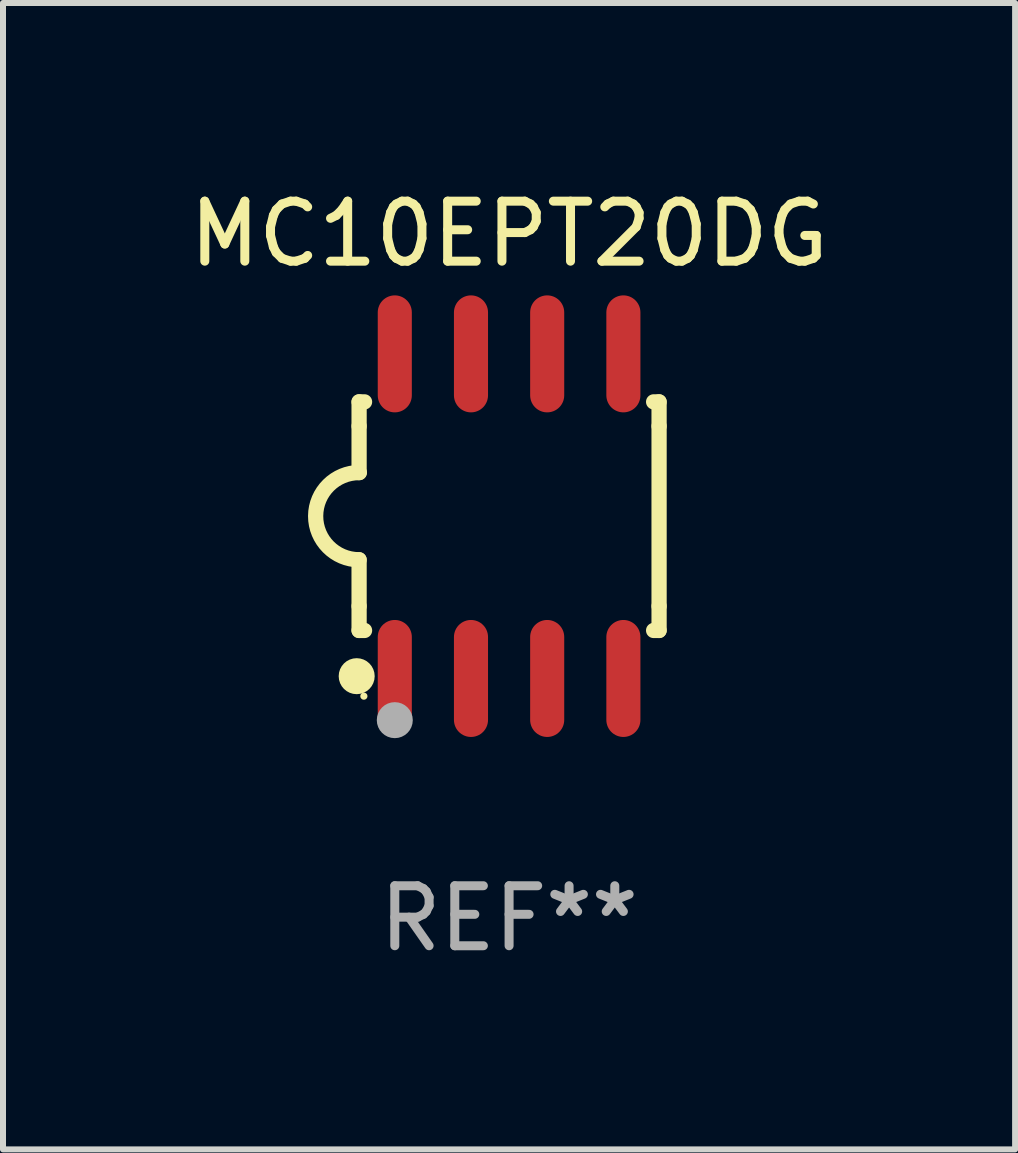
<source format=kicad_pcb>
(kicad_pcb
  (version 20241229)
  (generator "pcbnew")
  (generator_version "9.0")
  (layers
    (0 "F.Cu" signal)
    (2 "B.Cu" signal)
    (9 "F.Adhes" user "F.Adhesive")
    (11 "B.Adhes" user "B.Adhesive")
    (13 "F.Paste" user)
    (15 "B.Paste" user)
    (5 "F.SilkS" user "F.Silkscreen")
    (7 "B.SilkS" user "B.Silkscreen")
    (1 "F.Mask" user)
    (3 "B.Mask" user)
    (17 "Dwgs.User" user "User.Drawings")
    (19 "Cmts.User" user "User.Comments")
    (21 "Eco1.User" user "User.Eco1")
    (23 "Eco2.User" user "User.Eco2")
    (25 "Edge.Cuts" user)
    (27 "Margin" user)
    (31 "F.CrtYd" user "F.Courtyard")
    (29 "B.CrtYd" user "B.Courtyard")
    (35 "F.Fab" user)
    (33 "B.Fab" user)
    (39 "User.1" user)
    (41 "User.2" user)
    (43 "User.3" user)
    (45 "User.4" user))
  (footprint "MC10EPT20DG"
    (layer "F.Cu")
    (at 5.435 5.553)
    (property "Reference" "MC10EPT20DG" (at 0 -4.705 0) (layer "F.SilkS") (effects (font (size 1 1) (thickness 0.15))))
    (attr through_hole)
    (fp_line (start -2.5 -1.905) (end -2.409 -1.905) (stroke (width 0.254) (type solid)) (layer "F.SilkS"))
    (fp_line (start -2.5 -1.5) (end -2.5 -1.905) (stroke (width 0.254) (type solid)) (layer "F.SilkS"))
    (fp_line (start -2.5 -1.5) (end -2.5 -0.726) (stroke (width 0.254) (type solid)) (layer "F.SilkS"))
    (fp_line (start -2.5 1.5) (end -2.5 0.727) (stroke (width 0.254) (type solid)) (layer "F.SilkS"))
    (fp_line (start -2.5 1.5) (end -2.5 1.905) (stroke (width 0.254) (type solid)) (layer "F.SilkS"))
    (fp_line (start -2.5 1.905) (end -2.409 1.905) (stroke (width 0.254) (type solid)) (layer "F.SilkS"))
    (fp_line (start 2.5 -1.905) (end 2.409 -1.905) (stroke (width 0.254) (type solid)) (layer "F.SilkS"))
    (fp_line (start 2.5 -1.5) (end 2.5 -1.905) (stroke (width 0.254) (type solid)) (layer "F.SilkS"))
    (fp_line (start 2.5 -1.5) (end 2.5 1.5) (stroke (width 0.254) (type solid)) (layer "F.SilkS"))
    (fp_line (start 2.5 1.5) (end 2.5 1.905) (stroke (width 0.254) (type solid)) (layer "F.SilkS"))
    (fp_line (start 2.5 1.905) (end 2.409 1.905) (stroke (width 0.254) (type solid)) (layer "F.SilkS"))
    (fp_arc (start -2.5 0.726568) (mid -3.220316 -0.0023) (end -2.495097 -0.726289) (stroke (width 0.254001) (type solid)) (layer "F.SilkS"))
    (fp_circle (center -2.54 2.667) (end -2.39 2.667) (stroke (width 0.3) (type solid)) (fill no) (layer "F.SilkS"))
    (fp_circle (center -2.42 3) (end -2.39 3) (stroke (width 0.06) (type solid)) (fill no) (layer "F.SilkS"))
    (fp_circle (center -1.905 3.4) (end -1.755 3.4) (stroke (width 0.3) (type solid)) (fill no) (layer "F.Fab"))
    (fp_text user "REF**" (at 0 6.705 0) (layer "F.Fab") (effects (font (size 1 1) (thickness 0.15))))
    (pad "1" smd oval (at -1.905 2.705) (size 0.568 1.95) (layers "F.Cu" "F.Mask" "F.Paste"))
    (pad "2" smd oval (at -0.635 2.705) (size 0.568 1.95) (layers "F.Cu" "F.Mask" "F.Paste"))
    (pad "3" smd oval (at 0.635 2.705) (size 0.568 1.95) (layers "F.Cu" "F.Mask" "F.Paste"))
    (pad "4" smd oval (at 1.905 2.705) (size 0.568 1.95) (layers "F.Cu" "F.Mask" "F.Paste"))
    (pad "5" smd oval (at 1.905 -2.705) (size 0.568 1.95) (layers "F.Cu" "F.Mask" "F.Paste"))
    (pad "6" smd oval (at 0.635 -2.705) (size 0.568 1.95) (layers "F.Cu" "F.Mask" "F.Paste"))
    (pad "7" smd oval (at -0.635 -2.705) (size 0.568 1.95) (layers "F.Cu" "F.Mask" "F.Paste"))
    (pad "8" smd oval (at -1.905 -2.705) (size 0.568 1.95) (layers "F.Cu" "F.Mask" "F.Paste")))
  (gr_rect
    (start -3 -3)
    (end 13.869 16.107)
    (stroke (width 0.1) (type default))
    (fill no)
    (layer "Edge.Cuts")))
</source>
